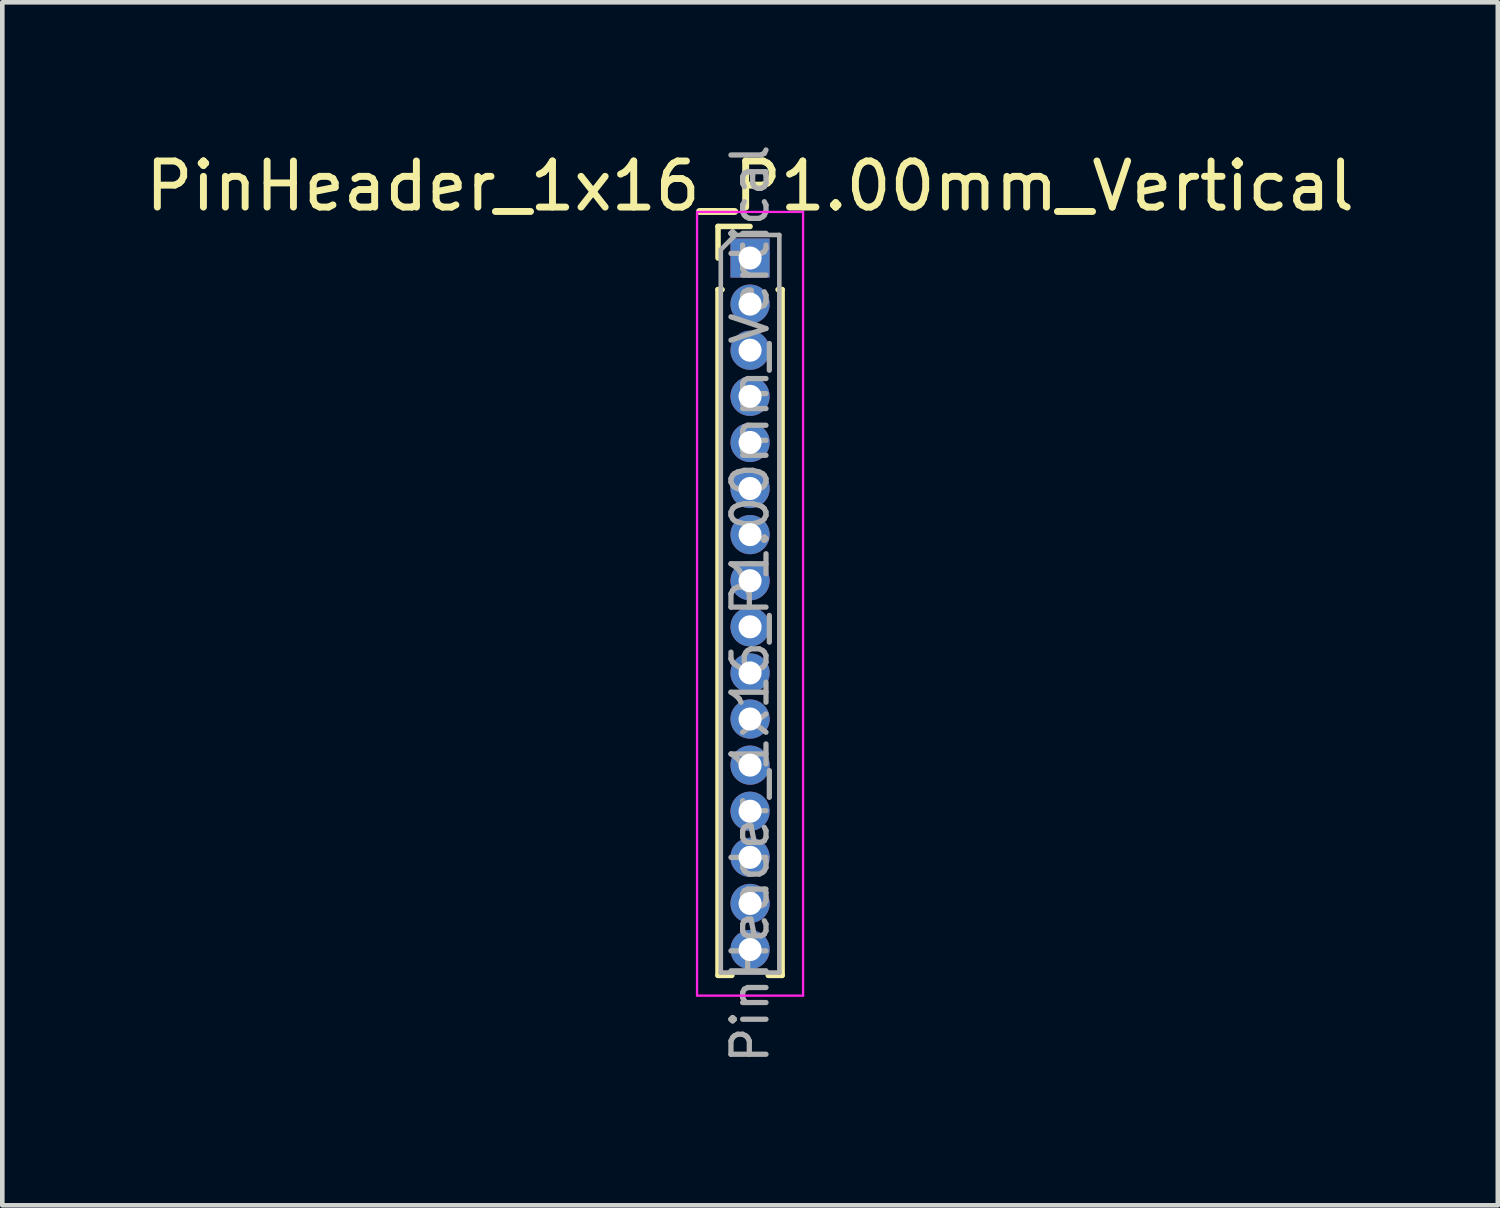
<source format=kicad_pcb>
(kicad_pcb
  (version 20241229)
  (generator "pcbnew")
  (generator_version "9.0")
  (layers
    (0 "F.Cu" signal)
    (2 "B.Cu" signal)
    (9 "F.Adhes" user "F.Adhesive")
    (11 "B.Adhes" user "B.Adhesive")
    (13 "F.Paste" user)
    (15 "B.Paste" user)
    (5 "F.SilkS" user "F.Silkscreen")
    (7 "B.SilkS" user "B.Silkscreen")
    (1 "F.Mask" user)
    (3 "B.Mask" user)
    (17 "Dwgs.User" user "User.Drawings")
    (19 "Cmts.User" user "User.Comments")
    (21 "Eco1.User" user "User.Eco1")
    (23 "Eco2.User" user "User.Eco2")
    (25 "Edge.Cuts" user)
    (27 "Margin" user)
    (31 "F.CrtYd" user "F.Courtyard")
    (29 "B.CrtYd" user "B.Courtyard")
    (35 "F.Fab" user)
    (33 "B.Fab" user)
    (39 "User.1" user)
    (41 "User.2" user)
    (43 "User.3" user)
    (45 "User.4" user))
  (footprint "PinHeader_1x16_P1.00mm_Vertical"
    (layer "F.Cu")
    (at 13.22 2.547)
    (property "Reference" "PinHeader_1x16_P1.00mm_Vertical" (at 0 -1.56 0) (layer "F.SilkS") (effects (font (size 1 1) (thickness 0.15))))
    (attr through_hole)
    (fp_line (start -0.695 -0.685) (end 0 -0.685) (stroke (width 0.12) (type solid)) (layer "F.SilkS"))
    (fp_line (start -0.695 0) (end -0.695 -0.685) (stroke (width 0.12) (type solid)) (layer "F.SilkS"))
    (fp_line (start -0.695 0.685) (end -0.695 15.56) (stroke (width 0.12) (type solid)) (layer "F.SilkS"))
    (fp_line (start -0.695 0.685) (end -0.608 0.685) (stroke (width 0.12) (type solid)) (layer "F.SilkS"))
    (fp_line (start -0.695 15.56) (end -0.394 15.56) (stroke (width 0.12) (type solid)) (layer "F.SilkS"))
    (fp_line (start 0.394 15.56) (end 0.695 15.56) (stroke (width 0.12) (type solid)) (layer "F.SilkS"))
    (fp_line (start 0.608 0.685) (end 0.695 0.685) (stroke (width 0.12) (type solid)) (layer "F.SilkS"))
    (fp_line (start 0.695 0.685) (end 0.695 15.56) (stroke (width 0.12) (type solid)) (layer "F.SilkS"))
    (fp_line (start -1.15 -1) (end -1.15 16) (stroke (width 0.05) (type solid)) (layer "F.CrtYd"))
    (fp_line (start -1.15 16) (end 1.15 16) (stroke (width 0.05) (type solid)) (layer "F.CrtYd"))
    (fp_line (start 1.15 -1) (end -1.15 -1) (stroke (width 0.05) (type solid)) (layer "F.CrtYd"))
    (fp_line (start 1.15 16) (end 1.15 -1) (stroke (width 0.05) (type solid)) (layer "F.CrtYd"))
    (fp_line (start -0.635 -0.182) (end -0.318 -0.5) (stroke (width 0.1) (type solid)) (layer "F.Fab"))
    (fp_line (start -0.635 15.5) (end -0.635 -0.182) (stroke (width 0.1) (type solid)) (layer "F.Fab"))
    (fp_line (start -0.318 -0.5) (end 0.635 -0.5) (stroke (width 0.1) (type solid)) (layer "F.Fab"))
    (fp_line (start 0.635 -0.5) (end 0.635 15.5) (stroke (width 0.1) (type solid)) (layer "F.Fab"))
    (fp_line (start 0.635 15.5) (end -0.635 15.5) (stroke (width 0.1) (type solid)) (layer "F.Fab"))
    (fp_text user "${REFERENCE}" (at 0 7.5 90) (layer "F.Fab") (effects (font (size 0.76 0.76) (thickness 0.114))))
    (pad "1" thru_hole rect (at 0 0) (size 0.85 0.85) (drill 0.5) (layers "*.Cu" "*.Mask"))
    (pad "2" thru_hole oval (at 0 1) (size 0.85 0.85) (drill 0.5) (layers "*.Cu" "*.Mask"))
    (pad "3" thru_hole oval (at 0 2) (size 0.85 0.85) (drill 0.5) (layers "*.Cu" "*.Mask"))
    (pad "4" thru_hole oval (at 0 3) (size 0.85 0.85) (drill 0.5) (layers "*.Cu" "*.Mask"))
    (pad "5" thru_hole oval (at 0 4) (size 0.85 0.85) (drill 0.5) (layers "*.Cu" "*.Mask"))
    (pad "6" thru_hole oval (at 0 5) (size 0.85 0.85) (drill 0.5) (layers "*.Cu" "*.Mask"))
    (pad "7" thru_hole oval (at 0 6) (size 0.85 0.85) (drill 0.5) (layers "*.Cu" "*.Mask"))
    (pad "8" thru_hole oval (at 0 7) (size 0.85 0.85) (drill 0.5) (layers "*.Cu" "*.Mask"))
    (pad "9" thru_hole oval (at 0 8) (size 0.85 0.85) (drill 0.5) (layers "*.Cu" "*.Mask"))
    (pad "10" thru_hole oval (at 0 9) (size 0.85 0.85) (drill 0.5) (layers "*.Cu" "*.Mask"))
    (pad "11" thru_hole oval (at 0 10) (size 0.85 0.85) (drill 0.5) (layers "*.Cu" "*.Mask"))
    (pad "12" thru_hole oval (at 0 11) (size 0.85 0.85) (drill 0.5) (layers "*.Cu" "*.Mask"))
    (pad "13" thru_hole oval (at 0 12) (size 0.85 0.85) (drill 0.5) (layers "*.Cu" "*.Mask"))
    (pad "14" thru_hole oval (at 0 13) (size 0.85 0.85) (drill 0.5) (layers "*.Cu" "*.Mask"))
    (pad "15" thru_hole oval (at 0 14) (size 0.85 0.85) (drill 0.5) (layers "*.Cu" "*.Mask"))
    (pad "16" thru_hole oval (at 0 15) (size 0.85 0.85) (drill 0.5) (layers "*.Cu" "*.Mask")))
  (gr_rect
    (start -3 -3)
    (end 29.44 23.095)
    (stroke (width 0.1) (type default))
    (fill no)
    (layer "Edge.Cuts")))
</source>
